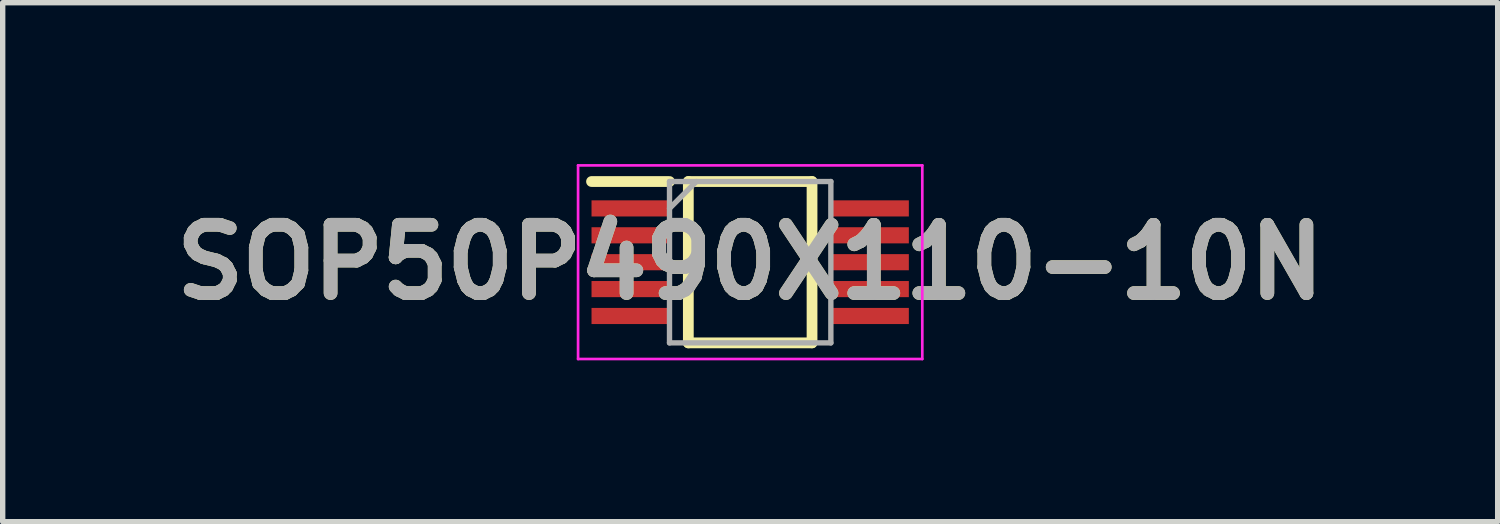
<source format=kicad_pcb>
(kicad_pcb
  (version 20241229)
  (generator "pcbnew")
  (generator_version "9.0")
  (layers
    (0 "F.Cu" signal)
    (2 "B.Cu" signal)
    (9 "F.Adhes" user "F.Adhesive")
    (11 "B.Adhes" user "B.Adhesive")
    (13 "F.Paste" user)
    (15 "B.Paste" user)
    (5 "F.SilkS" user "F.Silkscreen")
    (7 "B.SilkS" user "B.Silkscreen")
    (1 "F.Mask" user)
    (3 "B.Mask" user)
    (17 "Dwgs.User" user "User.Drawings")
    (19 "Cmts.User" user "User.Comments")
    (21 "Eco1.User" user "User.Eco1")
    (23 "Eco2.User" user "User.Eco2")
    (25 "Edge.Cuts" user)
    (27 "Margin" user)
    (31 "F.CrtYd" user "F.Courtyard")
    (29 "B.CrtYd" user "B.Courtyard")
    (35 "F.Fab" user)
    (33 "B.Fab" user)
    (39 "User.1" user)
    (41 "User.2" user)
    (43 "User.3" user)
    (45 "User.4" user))
  (footprint "SOP50P490X110-10N"
    (layer "F.Cu")
    (at 10.898 1.825)
    (property "Reference" "SOP50P490X110-10N" (at 0 0 0) (layer "F.SilkS") (effects (font (size 1.27 1.27) (thickness 0.254))))
    (attr smd)
    (fp_line (start -2.95 -1.5) (end -1.5 -1.5) (stroke (width 0.2) (type solid)) (layer "F.SilkS"))
    (fp_line (start -1.15 -1.5) (end 1.15 -1.5) (stroke (width 0.2) (type solid)) (layer "F.SilkS"))
    (fp_line (start -1.15 1.5) (end -1.15 -1.5) (stroke (width 0.2) (type solid)) (layer "F.SilkS"))
    (fp_line (start 1.15 -1.5) (end 1.15 1.5) (stroke (width 0.2) (type solid)) (layer "F.SilkS"))
    (fp_line (start 1.15 1.5) (end -1.15 1.5) (stroke (width 0.2) (type solid)) (layer "F.SilkS"))
    (fp_line (start -3.2 -1.8) (end 3.2 -1.8) (stroke (width 0.05) (type solid)) (layer "F.CrtYd"))
    (fp_line (start -3.2 1.8) (end -3.2 -1.8) (stroke (width 0.05) (type solid)) (layer "F.CrtYd"))
    (fp_line (start 3.2 -1.8) (end 3.2 1.8) (stroke (width 0.05) (type solid)) (layer "F.CrtYd"))
    (fp_line (start 3.2 1.8) (end -3.2 1.8) (stroke (width 0.05) (type solid)) (layer "F.CrtYd"))
    (fp_line (start -1.5 -1.5) (end 1.5 -1.5) (stroke (width 0.1) (type solid)) (layer "F.Fab"))
    (fp_line (start -1.5 -1) (end -1 -1.5) (stroke (width 0.1) (type solid)) (layer "F.Fab"))
    (fp_line (start -1.5 1.5) (end -1.5 -1.5) (stroke (width 0.1) (type solid)) (layer "F.Fab"))
    (fp_line (start 1.5 -1.5) (end 1.5 1.5) (stroke (width 0.1) (type solid)) (layer "F.Fab"))
    (fp_line (start 1.5 1.5) (end -1.5 1.5) (stroke (width 0.1) (type solid)) (layer "F.Fab"))
    (fp_text user "${REFERENCE}" (at 0 0 0) (layer "F.Fab") (effects (font (size 1.27 1.27) (thickness 0.254))))
    (pad "1" smd rect (at -2.225 -1 90) (size 0.3 1.45) (layers "F.Cu" "F.Mask" "F.Paste"))
    (pad "2" smd rect (at -2.225 -0.5 90) (size 0.3 1.45) (layers "F.Cu" "F.Mask" "F.Paste"))
    (pad "3" smd rect (at -2.225 0 90) (size 0.3 1.45) (layers "F.Cu" "F.Mask" "F.Paste"))
    (pad "4" smd rect (at -2.225 0.5 90) (size 0.3 1.45) (layers "F.Cu" "F.Mask" "F.Paste"))
    (pad "5" smd rect (at -2.225 1 90) (size 0.3 1.45) (layers "F.Cu" "F.Mask" "F.Paste"))
    (pad "6" smd rect (at 2.225 1 90) (size 0.3 1.45) (layers "F.Cu" "F.Mask" "F.Paste"))
    (pad "7" smd rect (at 2.225 0.5 90) (size 0.3 1.45) (layers "F.Cu" "F.Mask" "F.Paste"))
    (pad "8" smd rect (at 2.225 0 90) (size 0.3 1.45) (layers "F.Cu" "F.Mask" "F.Paste"))
    (pad "9" smd rect (at 2.225 -0.5 90) (size 0.3 1.45) (layers "F.Cu" "F.Mask" "F.Paste"))
    (pad "10" smd rect (at 2.225 -1 90) (size 0.3 1.45) (layers "F.Cu" "F.Mask" "F.Paste")))
  (gr_rect
    (start -3 -3)
    (end 24.796 6.65)
    (stroke (width 0.1) (type default))
    (fill no)
    (layer "Edge.Cuts")))
</source>
